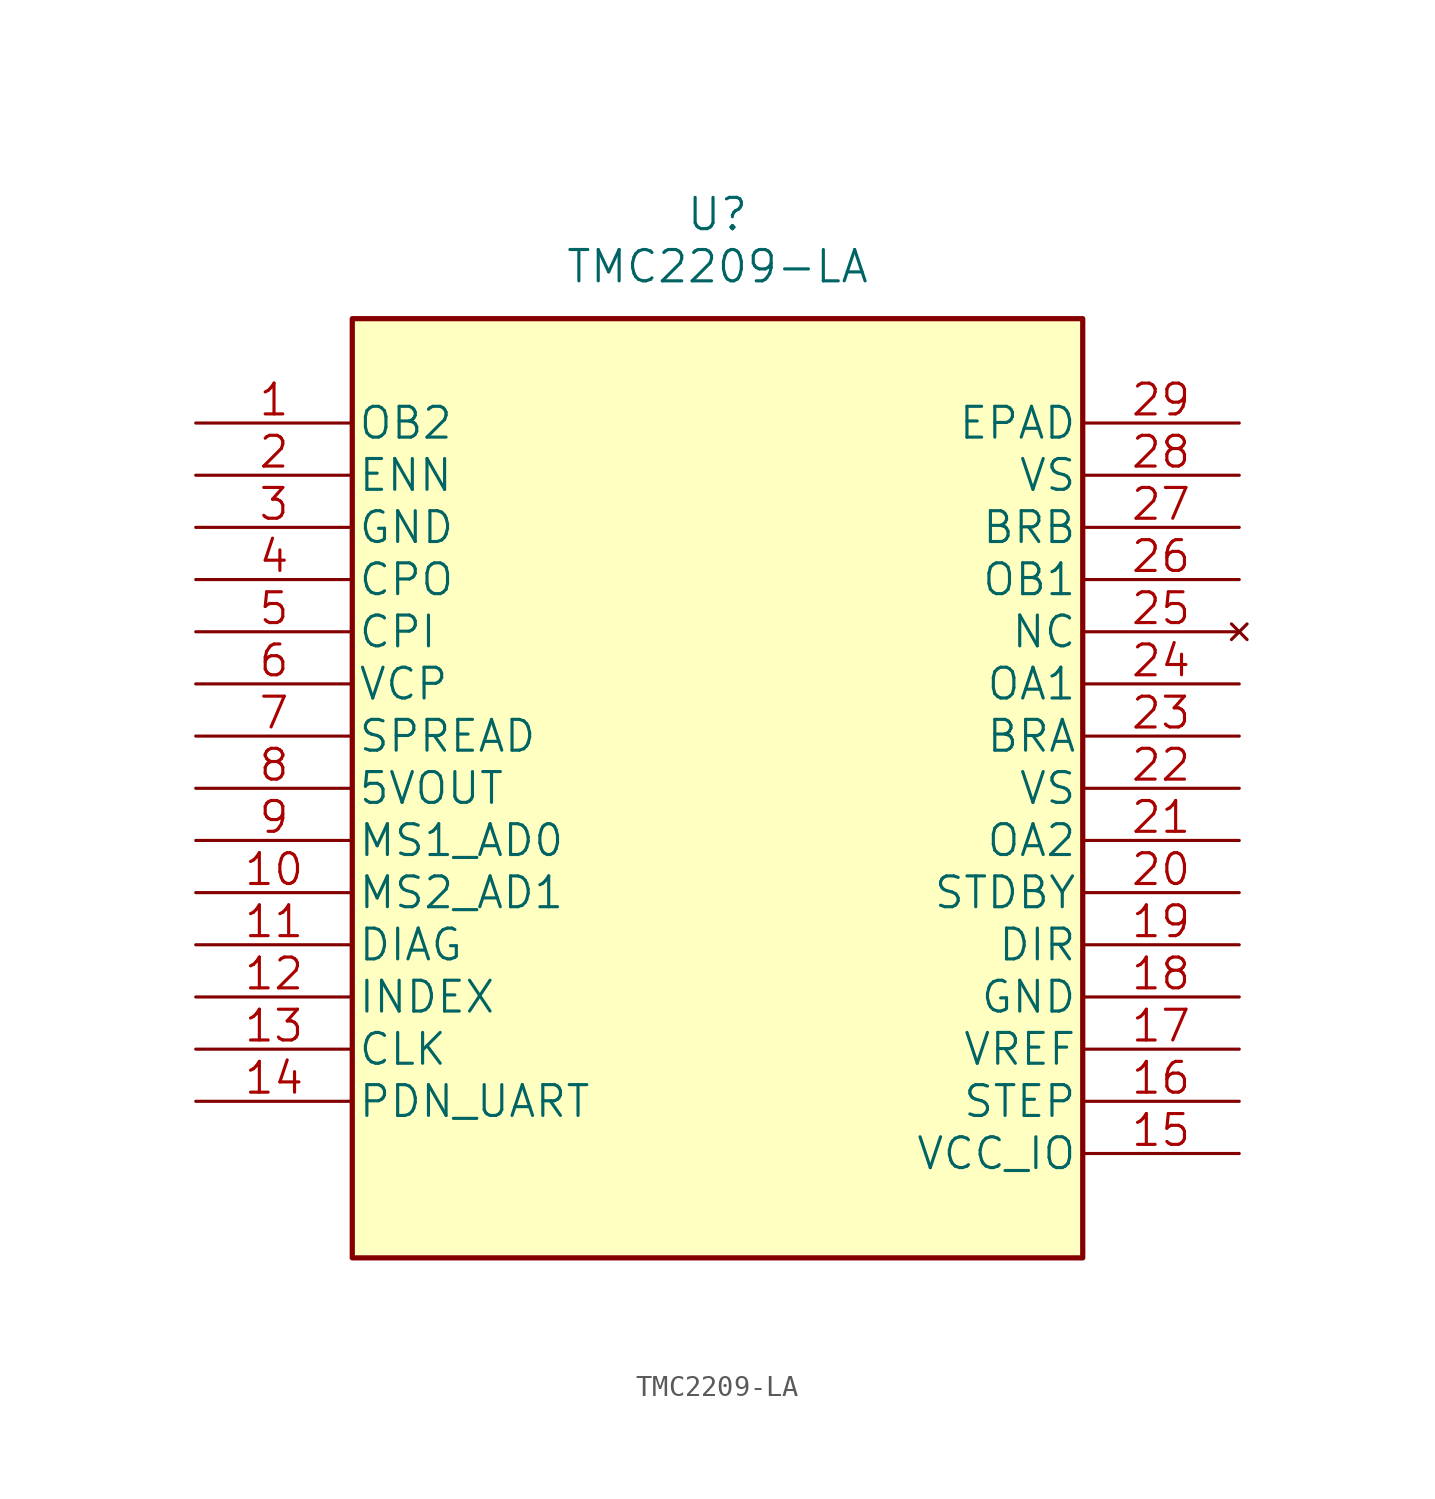
<source format=kicad_sym>
(kicad_symbol_lib
  (version 20220914)
  (generator kicad_symbol_editor)
  (symbol "TMC2209-LA"
    (pin_names
      (offset 0.254))
    (property "Reference" "U"
      (at 25.4 10.16 0)
      (effects (font (size 1.524 1.524))))
    (property "Value" "TMC2209-LA"
      (at 25.4 7.62 0)
      (effects (font (size 1.524 1.524))))
    (property "Datasheet" ""
      (at 0 0 0)
      (effects (font (size 1.524 1.524))))
    (property "ki_locked" ""
      (at 0 0 0)
      (effects (font (size 1.27 1.27))))
    (symbol "TMC2209-LA_0_1"
      (rectangle (start 7.62 5.08) (end 43.18 -40.64) (stroke (width 0.254) (type default)) (fill (type background))))
    (symbol "TMC2209-LA_1_1"
      (polyline (pts (xy 7.62 -40.64) (xy 43.18 -40.64)) (stroke (width 0.127) (type solid)) (fill (type none)))
      (polyline (pts (xy 7.62 5.08) (xy 7.62 -40.64)) (stroke (width 0.127) (type solid)) (fill (type none)))
      (polyline (pts (xy 43.18 -40.64) (xy 43.18 5.08)) (stroke (width 0.127) (type solid)) (fill (type none)))
      (polyline (pts (xy 43.18 5.08) (xy 7.62 5.08)) (stroke (width 0.127) (type solid)) (fill (type none)))
      (pin output line (at 0 0 0) (length 7.62) (name "OB2" (effects (font (size 1.499 1.499)))) (number "1" (effects (font (size 1.499 1.499)))))
      (pin input line (at 0 -22.86 0) (length 7.62) (name "MS2_AD1" (effects (font (size 1.499 1.499)))) (number "10" (effects (font (size 1.499 1.499)))))
      (pin output line (at 0 -25.4 0) (length 7.62) (name "DIAG" (effects (font (size 1.499 1.499)))) (number "11" (effects (font (size 1.499 1.499)))))
      (pin output line (at 0 -27.94 0) (length 7.62) (name "INDEX" (effects (font (size 1.499 1.499)))) (number "12" (effects (font (size 1.499 1.499)))))
      (pin input line (at 0 -30.48 0) (length 7.62) (name "CLK" (effects (font (size 1.499 1.499)))) (number "13" (effects (font (size 1.499 1.499)))))
      (pin bidirectional line (at 0 -33.02 0) (length 7.62) (name "PDN_UART" (effects (font (size 1.499 1.499)))) (number "14" (effects (font (size 1.499 1.499)))))
      (pin power_in line (at 50.8 -35.56 180) (length 7.62) (name "VCC_IO" (effects (font (size 1.499 1.499)))) (number "15" (effects (font (size 1.499 1.499)))))
      (pin input line (at 50.8 -33.02 180) (length 7.62) (name "STEP" (effects (font (size 1.499 1.499)))) (number "16" (effects (font (size 1.499 1.499)))))
      (pin input line (at 50.8 -30.48 180) (length 7.62) (name "VREF" (effects (font (size 1.499 1.499)))) (number "17" (effects (font (size 1.499 1.499)))))
      (pin power_in line (at 50.8 -27.94 180) (length 7.62) (name "GND" (effects (font (size 1.499 1.499)))) (number "18" (effects (font (size 1.499 1.499)))))
      (pin input line (at 50.8 -25.4 180) (length 7.62) (name "DIR" (effects (font (size 1.499 1.499)))) (number "19" (effects (font (size 1.499 1.499)))))
      (pin input line (at 0 -2.54 0) (length 7.62) (name "ENN" (effects (font (size 1.499 1.499)))) (number "2" (effects (font (size 1.499 1.499)))))
      (pin input line (at 50.8 -22.86 180) (length 7.62) (name "STDBY" (effects (font (size 1.499 1.499)))) (number "20" (effects (font (size 1.499 1.499)))))
      (pin output line (at 50.8 -20.32 180) (length 7.62) (name "OA2" (effects (font (size 1.499 1.499)))) (number "21" (effects (font (size 1.499 1.499)))))
      (pin power_in line (at 50.8 -17.78 180) (length 7.62) (name "VS" (effects (font (size 1.499 1.499)))) (number "22" (effects (font (size 1.499 1.499)))))
      (pin unspecified line (at 50.8 -15.24 180) (length 7.62) (name "BRA" (effects (font (size 1.499 1.499)))) (number "23" (effects (font (size 1.499 1.499)))))
      (pin output line (at 50.8 -12.7 180) (length 7.62) (name "OA1" (effects (font (size 1.499 1.499)))) (number "24" (effects (font (size 1.499 1.499)))))
      (pin no_connect line (at 50.8 -10.16 180) (length 7.62) (name "NC" (effects (font (size 1.499 1.499)))) (number "25" (effects (font (size 1.499 1.499)))))
      (pin output line (at 50.8 -7.62 180) (length 7.62) (name "OB1" (effects (font (size 1.499 1.499)))) (number "26" (effects (font (size 1.499 1.499)))))
      (pin unspecified line (at 50.8 -5.08 180) (length 7.62) (name "BRB" (effects (font (size 1.499 1.499)))) (number "27" (effects (font (size 1.499 1.499)))))
      (pin power_in line (at 50.8 -2.54 180) (length 7.62) (name "VS" (effects (font (size 1.499 1.499)))) (number "28" (effects (font (size 1.499 1.499)))))
      (pin unspecified line (at 50.8 0 180) (length 7.62) (name "EPAD" (effects (font (size 1.499 1.499)))) (number "29" (effects (font (size 1.499 1.499)))))
      (pin power_in line (at 0 -5.08 0) (length 7.62) (name "GND" (effects (font (size 1.499 1.499)))) (number "3" (effects (font (size 1.499 1.499)))))
      (pin output line (at 0 -7.62 0) (length 7.62) (name "CPO" (effects (font (size 1.499 1.499)))) (number "4" (effects (font (size 1.499 1.499)))))
      (pin input line (at 0 -10.16 0) (length 7.62) (name "CPI" (effects (font (size 1.499 1.499)))) (number "5" (effects (font (size 1.499 1.499)))))
      (pin power_in line (at 0 -12.7 0) (length 7.62) (name "VCP" (effects (font (size 1.499 1.499)))) (number "6" (effects (font (size 1.499 1.499)))))
      (pin input line (at 0 -15.24 0) (length 7.62) (name "SPREAD" (effects (font (size 1.499 1.499)))) (number "7" (effects (font (size 1.499 1.499)))))
      (pin output line (at 0 -17.78 0) (length 7.62) (name "5VOUT" (effects (font (size 1.499 1.499)))) (number "8" (effects (font (size 1.499 1.499)))))
      (pin input line (at 0 -20.32 0) (length 7.62) (name "MS1_AD0" (effects (font (size 1.499 1.499)))) (number "9" (effects (font (size 1.499 1.499))))))))
</source>
